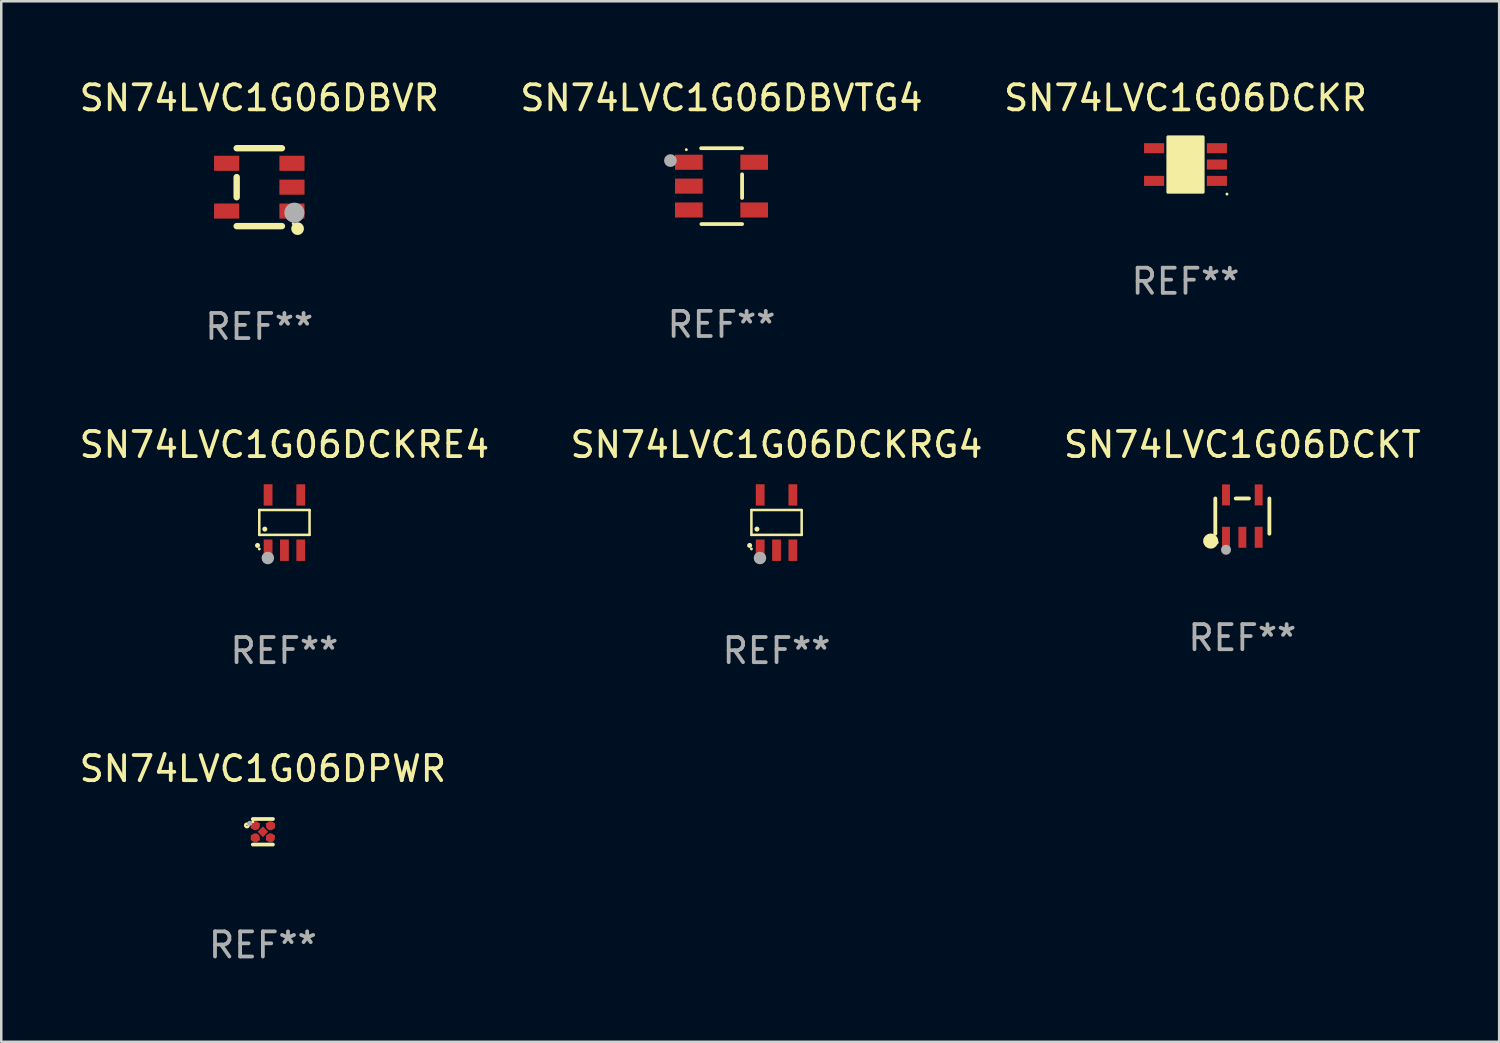
<source format=kicad_pcb>
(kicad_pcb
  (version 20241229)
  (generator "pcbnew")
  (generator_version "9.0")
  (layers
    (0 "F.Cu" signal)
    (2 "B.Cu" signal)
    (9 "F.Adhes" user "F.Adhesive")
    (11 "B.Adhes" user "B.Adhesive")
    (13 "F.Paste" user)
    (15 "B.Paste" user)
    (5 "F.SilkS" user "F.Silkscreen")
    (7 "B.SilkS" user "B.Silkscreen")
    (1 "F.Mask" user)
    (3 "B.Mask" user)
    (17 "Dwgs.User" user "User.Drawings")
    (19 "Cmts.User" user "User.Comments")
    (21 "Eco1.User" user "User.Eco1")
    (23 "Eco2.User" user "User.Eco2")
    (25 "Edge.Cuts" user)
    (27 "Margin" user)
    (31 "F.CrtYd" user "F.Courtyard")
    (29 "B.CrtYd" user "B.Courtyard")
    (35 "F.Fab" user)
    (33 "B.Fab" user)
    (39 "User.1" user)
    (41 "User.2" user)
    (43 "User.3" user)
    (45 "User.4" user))
  (footprint "SN74LVC1G06DCKT"
    (layer "F.Cu")
    (at 46.387 17.487)
    (property "Reference" "SN74LVC1G06DCKT" (at 0 -2.843 0) (layer "F.SilkS") (effects (font (size 1 1) (thickness 0.15))))
    (attr through_hole)
    (fp_line (start -1.076 0.701) (end -1.076 -0.701) (stroke (width 0.152) (type solid)) (layer "F.SilkS"))
    (fp_line (start 0.264 -0.701) (end -0.264 -0.701) (stroke (width 0.152) (type solid)) (layer "F.SilkS"))
    (fp_line (start 1.076 0.701) (end 1.076 -0.701) (stroke (width 0.152) (type solid)) (layer "F.SilkS"))
    (fp_circle (center -1.26 0.995) (end -1.11 0.995) (stroke (width 0.3) (type solid)) (fill no) (layer "F.SilkS"))
    (fp_circle (center -1 1.05) (end -0.97 1.05) (stroke (width 0.06) (type solid)) (fill no) (layer "F.SilkS"))
    (fp_circle (center -0.65 1.341) (end -0.55 1.341) (stroke (width 0.2) (type solid)) (fill no) (layer "F.Fab"))
    (fp_text user "REF**" (at 0 4.843 0) (layer "F.Fab") (effects (font (size 1 1) (thickness 0.15))))
    (pad "1" smd rect (at -0.65 0.843) (size 0.315 0.835) (layers "F.Cu" "F.Mask" "F.Paste"))
    (pad "2" smd rect (at 0.00014 0.843) (size 0.315 0.835) (layers "F.Cu" "F.Mask" "F.Paste"))
    (pad "3" smd rect (at 0.65 0.843) (size 0.315 0.835) (layers "F.Cu" "F.Mask" "F.Paste"))
    (pad "4" smd rect (at 0.65 -0.843) (size 0.315 0.835) (layers "F.Cu" "F.Mask" "F.Paste"))
    (pad "5" smd rect (at -0.65 -0.843) (size 0.315 0.835) (layers "F.Cu" "F.Mask" "F.Paste")))
  (footprint "SN74LVC1G06DCKR"
    (layer "F.Cu")
    (at 44.125 3.498)
    (property "Reference" "SN74LVC1G06DCKR" (at 0 -2.65 0) (layer "F.SilkS") (effects (font (size 1 1) (thickness 0.15))))
    (attr through_hole)
    (fp_arc (start 0.381001 0.637541) (mid 0.380995 0.636271) (end 0.381001 0.635001) (stroke (width 0.24892) (type solid)) (layer "F.SilkS"))
    (fp_circle (center 1.65 1.175) (end 1.68 1.175) (stroke (width 0.06) (type solid)) (fill no) (layer "F.SilkS"))
    (fp_poly (pts (xy -0.7 -1.1) (xy 0.7 -1.1) (xy 0.7 1.1) (xy -0.7 1.1)) (stroke (width 0.12) (type solid)) (fill yes) (layer "F.SilkS"))
    (fp_text user "REF**" (at 0 4.65 0) (layer "F.Fab") (effects (font (size 1 1) (thickness 0.15))))
    (pad "1" smd rect (at 1.25 0.65 270) (size 0.4 0.8) (layers "F.Cu" "F.Mask" "F.Paste"))
    (pad "2" smd rect (at 1.25 0 270) (size 0.4 0.8) (layers "F.Cu" "F.Mask" "F.Paste"))
    (pad "3" smd rect (at 1.25 -0.65 270) (size 0.4 0.8) (layers "F.Cu" "F.Mask" "F.Paste"))
    (pad "4" smd rect (at -1.25 -0.65 270) (size 0.4 0.8) (layers "F.Cu" "F.Mask" "F.Paste"))
    (pad "5" smd rect (at -1.25 0.65 270) (size 0.4 0.8) (layers "F.Cu" "F.Mask" "F.Paste")))
  (footprint "SN74LVC1G06DBVTG4"
    (layer "F.Cu")
    (at 25.661 4.357)
    (property "Reference" "SN74LVC1G06DBVTG4" (at 0 -3.509 0) (layer "F.SilkS") (effects (font (size 1 1) (thickness 0.15))))
    (attr through_hole)
    (fp_line (start -0.811 -1.509) (end 0.819 -1.509) (stroke (width 0.15) (type solid)) (layer "F.SilkS"))
    (fp_line (start -0.8 1.509) (end 0.82 1.509) (stroke (width 0.15) (type solid)) (layer "F.SilkS"))
    (fp_line (start 0.819 -0.472) (end 0.819 0.47) (stroke (width 0.15) (type solid)) (layer "F.SilkS"))
    (fp_circle (center -1.4 -1.451) (end -1.37 -1.451) (stroke (width 0.06) (type solid)) (fill no) (layer "F.SilkS"))
    (fp_circle (center -2.032 -1.017) (end -1.905 -1.017) (stroke (width 0.254) (type solid)) (fill no) (layer "F.Fab"))
    (fp_text user "REF**" (at 0 5.509 0) (layer "F.Fab") (effects (font (size 1 1) (thickness 0.15))))
    (pad "1" smd rect (at -1.3 -0.951) (size 1.1 0.6) (layers "F.Cu" "F.Mask" "F.Paste"))
    (pad "2" smd rect (at -1.3 -0.001) (size 1.1 0.6) (layers "F.Cu" "F.Mask" "F.Paste"))
    (pad "3" smd rect (at -1.3 0.949) (size 1.1 0.6) (layers "F.Cu" "F.Mask" "F.Paste"))
    (pad "4" smd rect (at 1.3 0.949) (size 1.1 0.6) (layers "F.Cu" "F.Mask" "F.Paste"))
    (pad "5" smd rect (at 1.3 -0.951) (size 1.1 0.6) (layers "F.Cu" "F.Mask" "F.Paste")))
  (footprint "SN74LVC1G06DBVR"
    (layer "F.Cu")
    (at 7.268 4.398)
    (property "Reference" "SN74LVC1G06DBVR" (at 0 -3.55 0) (layer "F.SilkS") (effects (font (size 1 1) (thickness 0.15))))
    (attr through_hole)
    (fp_line (start -0.9 -1.55) (end 0.9 -1.55) (stroke (width 0.254) (type solid)) (layer "F.SilkS"))
    (fp_line (start -0.9 0.4) (end -0.9 -0.4) (stroke (width 0.254) (type solid)) (layer "F.SilkS"))
    (fp_line (start -0.9 1.55) (end 0.9 1.55) (stroke (width 0.254) (type solid)) (layer "F.SilkS"))
    (fp_circle (center 1.35 1.45) (end 1.38 1.45) (stroke (width 0.06) (type solid)) (fill no) (layer "F.SilkS"))
    (fp_circle (center 1.524 1.651) (end 1.651 1.651) (stroke (width 0.254) (type solid)) (fill no) (layer "F.SilkS"))
    (fp_circle (center 1.397 1.016) (end 1.597 1.016) (stroke (width 0.4) (type solid)) (fill no) (layer "F.Fab"))
    (fp_text user "REF**" (at 0 5.55 0) (layer "F.Fab") (effects (font (size 1 1) (thickness 0.15))))
    (pad "1" smd rect (at 1.3 0.95) (size 1 0.6) (layers "F.Cu" "F.Mask" "F.Paste"))
    (pad "2" smd rect (at 1.3 0.000076) (size 1 0.6) (layers "F.Cu" "F.Mask" "F.Paste"))
    (pad "3" smd rect (at 1.3 -0.95) (size 1 0.6) (layers "F.Cu" "F.Mask" "F.Paste"))
    (pad "4" smd rect (at -1.3 -0.95) (size 1 0.6) (layers "F.Cu" "F.Mask" "F.Paste"))
    (pad "5" smd rect (at -1.3 0.95) (size 1 0.6) (layers "F.Cu" "F.Mask" "F.Paste")))
  (footprint "SN74LVC1G06DCKRE4"
    (layer "F.Cu")
    (at 8.268 17.745)
    (property "Reference" "SN74LVC1G06DCKRE4" (at 0 -3.1 0) (layer "F.SilkS") (effects (font (size 1 1) (thickness 0.15))))
    (attr through_hole)
    (fp_line (start -1 -0.5) (end -1 0.49) (stroke (width 0.1) (type solid)) (layer "F.SilkS"))
    (fp_line (start -1 0.49) (end 1 0.49) (stroke (width 0.1) (type solid)) (layer "F.SilkS"))
    (fp_line (start 0.99 -0.5) (end -1 -0.5) (stroke (width 0.1) (type solid)) (layer "F.SilkS"))
    (fp_line (start 1 -0.49) (end 0.99 -0.5) (stroke (width 0.1) (type solid)) (layer "F.SilkS"))
    (fp_line (start 1 0.49) (end 1 -0.49) (stroke (width 0.1) (type solid)) (layer "F.SilkS"))
    (fp_circle (center -1.07 0.91) (end -1.02 0.91) (stroke (width 0.1) (type solid)) (fill no) (layer "F.SilkS"))
    (fp_circle (center -1 1.05) (end -0.97 1.05) (stroke (width 0.06) (type solid)) (fill no) (layer "F.SilkS"))
    (fp_circle (center -0.78 0.26) (end -0.73 0.26) (stroke (width 0.1) (type solid)) (fill no) (layer "F.SilkS"))
    (fp_circle (center -0.66 1.41) (end -0.535 1.41) (stroke (width 0.25) (type solid)) (fill no) (layer "F.Fab"))
    (fp_text user "REF**" (at 0 5.1 0) (layer "F.Fab") (effects (font (size 1 1) (thickness 0.15))))
    (pad "1" smd rect (at -0.65 1.1) (size 0.35 0.85) (layers "F.Cu" "F.Mask" "F.Paste"))
    (pad "2" smd rect (at 0.000051 1.1) (size 0.35 0.85) (layers "F.Cu" "F.Mask" "F.Paste"))
    (pad "3" smd rect (at 0.65 1.1) (size 0.35 0.85) (layers "F.Cu" "F.Mask" "F.Paste"))
    (pad "4" smd rect (at 0.65 -1.1) (size 0.35 0.85) (layers "F.Cu" "F.Mask" "F.Paste"))
    (pad "5" smd rect (at -0.65 -1.1) (size 0.35 0.85) (layers "F.Cu" "F.Mask" "F.Paste")))
  (footprint "SN74LVC1G06DPWR"
    (layer "F.Cu")
    (at 7.411 30.049)
    (property "Reference" "SN74LVC1G06DPWR" (at 0 -2.508 0) (layer "F.SilkS") (effects (font (size 1 1) (thickness 0.15))))
    (attr through_hole)
    (fp_line (start 0.4 -0.508) (end -0.4 -0.508) (stroke (width 0.15) (type solid)) (layer "F.SilkS"))
    (fp_line (start 0.4 0.508) (end -0.4 0.508) (stroke (width 0.15) (type solid)) (layer "F.SilkS"))
    (fp_circle (center -0.635 -0.254) (end -0.615 -0.254) (stroke (width 0.1) (type solid)) (fill no) (layer "F.SilkS"))
    (fp_circle (center -0.401 -0.4) (end -0.371 -0.4) (stroke (width 0.06) (type solid)) (fill no) (layer "F.SilkS"))
    (fp_circle (center -0.523 -0.337) (end -0.473 -0.337) (stroke (width 0.1) (type solid)) (fill no) (layer "F.Fab"))
    (fp_text user "REF**" (at 0 4.508 0) (layer "F.Fab") (effects (font (size 1 1) (thickness 0.15))))
    (pad "1" smd custom (at -0.3 -0.24) (size 0.36 0.22) (layers "F.Cu" "F.Mask" "F.Paste") (options (anchor circle)) (primitives (gr_poly (pts (xy -0.18 -0.11) (xy -0.18 0.11) (xy 0.000127 0.11) (xy 0.18 -0.03) (xy 0.18 -0.11) (xy -0.18 -0.11)) (width 0) (fill yes))))
    (pad "2" smd custom (at -0.3 0.24) (size 0.36 0.22) (layers "F.Cu" "F.Mask" "F.Paste") (options (anchor circle)) (primitives (gr_poly (pts (xy -0.18 0.11) (xy -0.18 -0.11) (xy 0.000127 -0.11) (xy 0.18 0.03) (xy 0.18 0.11) (xy -0.18 0.11)) (width 0) (fill yes))))
    (pad "3" smd rect (at 0.000102 -0.000127 45) (size 0.3 0.3) (layers "F.Cu" "F.Mask" "F.Paste"))
    (pad "4" smd custom (at 0.3 0.24 180) (size 0.36 0.22) (layers "F.Cu" "F.Mask" "F.Paste") (options (anchor circle)) (primitives (gr_poly (pts (xy 0.18 0.11) (xy 0.18 -0.11) (xy -0.000178 -0.11) (xy -0.18 0.03) (xy -0.18 0.11) (xy 0.18 0.11)) (width 0) (fill yes))))
    (pad "5" smd custom (at 0.3 -0.24) (size 0.36 0.22) (layers "F.Cu" "F.Mask" "F.Paste") (options (anchor circle)) (primitives (gr_poly (pts (xy 0.18 -0.11) (xy 0.18 0.11) (xy -0.000152 0.11) (xy -0.18 -0.03) (xy -0.18 -0.11) (xy 0.18 -0.11)) (width 0) (fill yes)))))
  (footprint "SN74LVC1G06DCKRG4"
    (layer "F.Cu")
    (at 27.851 17.745)
    (property "Reference" "SN74LVC1G06DCKRG4" (at 0 -3.1 0) (layer "F.SilkS") (effects (font (size 1 1) (thickness 0.15))))
    (attr through_hole)
    (fp_line (start -1 -0.5) (end -1 0.49) (stroke (width 0.1) (type solid)) (layer "F.SilkS"))
    (fp_line (start -1 0.49) (end 1 0.49) (stroke (width 0.1) (type solid)) (layer "F.SilkS"))
    (fp_line (start 0.99 -0.5) (end -1 -0.5) (stroke (width 0.1) (type solid)) (layer "F.SilkS"))
    (fp_line (start 1 -0.49) (end 0.99 -0.5) (stroke (width 0.1) (type solid)) (layer "F.SilkS"))
    (fp_line (start 1 0.49) (end 1 -0.49) (stroke (width 0.1) (type solid)) (layer "F.SilkS"))
    (fp_circle (center -1.07 0.91) (end -1.02 0.91) (stroke (width 0.1) (type solid)) (fill no) (layer "F.SilkS"))
    (fp_circle (center -1 1.05) (end -0.97 1.05) (stroke (width 0.06) (type solid)) (fill no) (layer "F.SilkS"))
    (fp_circle (center -0.78 0.26) (end -0.73 0.26) (stroke (width 0.1) (type solid)) (fill no) (layer "F.SilkS"))
    (fp_circle (center -0.66 1.41) (end -0.535 1.41) (stroke (width 0.25) (type solid)) (fill no) (layer "F.Fab"))
    (fp_text user "REF**" (at 0 5.1 0) (layer "F.Fab") (effects (font (size 1 1) (thickness 0.15))))
    (pad "1" smd rect (at -0.65 1.1) (size 0.35 0.85) (layers "F.Cu" "F.Mask" "F.Paste"))
    (pad "2" smd rect (at 0.000051 1.1) (size 0.35 0.85) (layers "F.Cu" "F.Mask" "F.Paste"))
    (pad "3" smd rect (at 0.65 1.1) (size 0.35 0.85) (layers "F.Cu" "F.Mask" "F.Paste"))
    (pad "4" smd rect (at 0.65 -1.1) (size 0.35 0.85) (layers "F.Cu" "F.Mask" "F.Paste"))
    (pad "5" smd rect (at -0.65 -1.1) (size 0.35 0.85) (layers "F.Cu" "F.Mask" "F.Paste")))
  (gr_rect
    (start -3 -3)
    (end 56.607 38.405)
    (stroke (width 0.1) (type default))
    (fill no)
    (layer "Edge.Cuts")))
</source>
